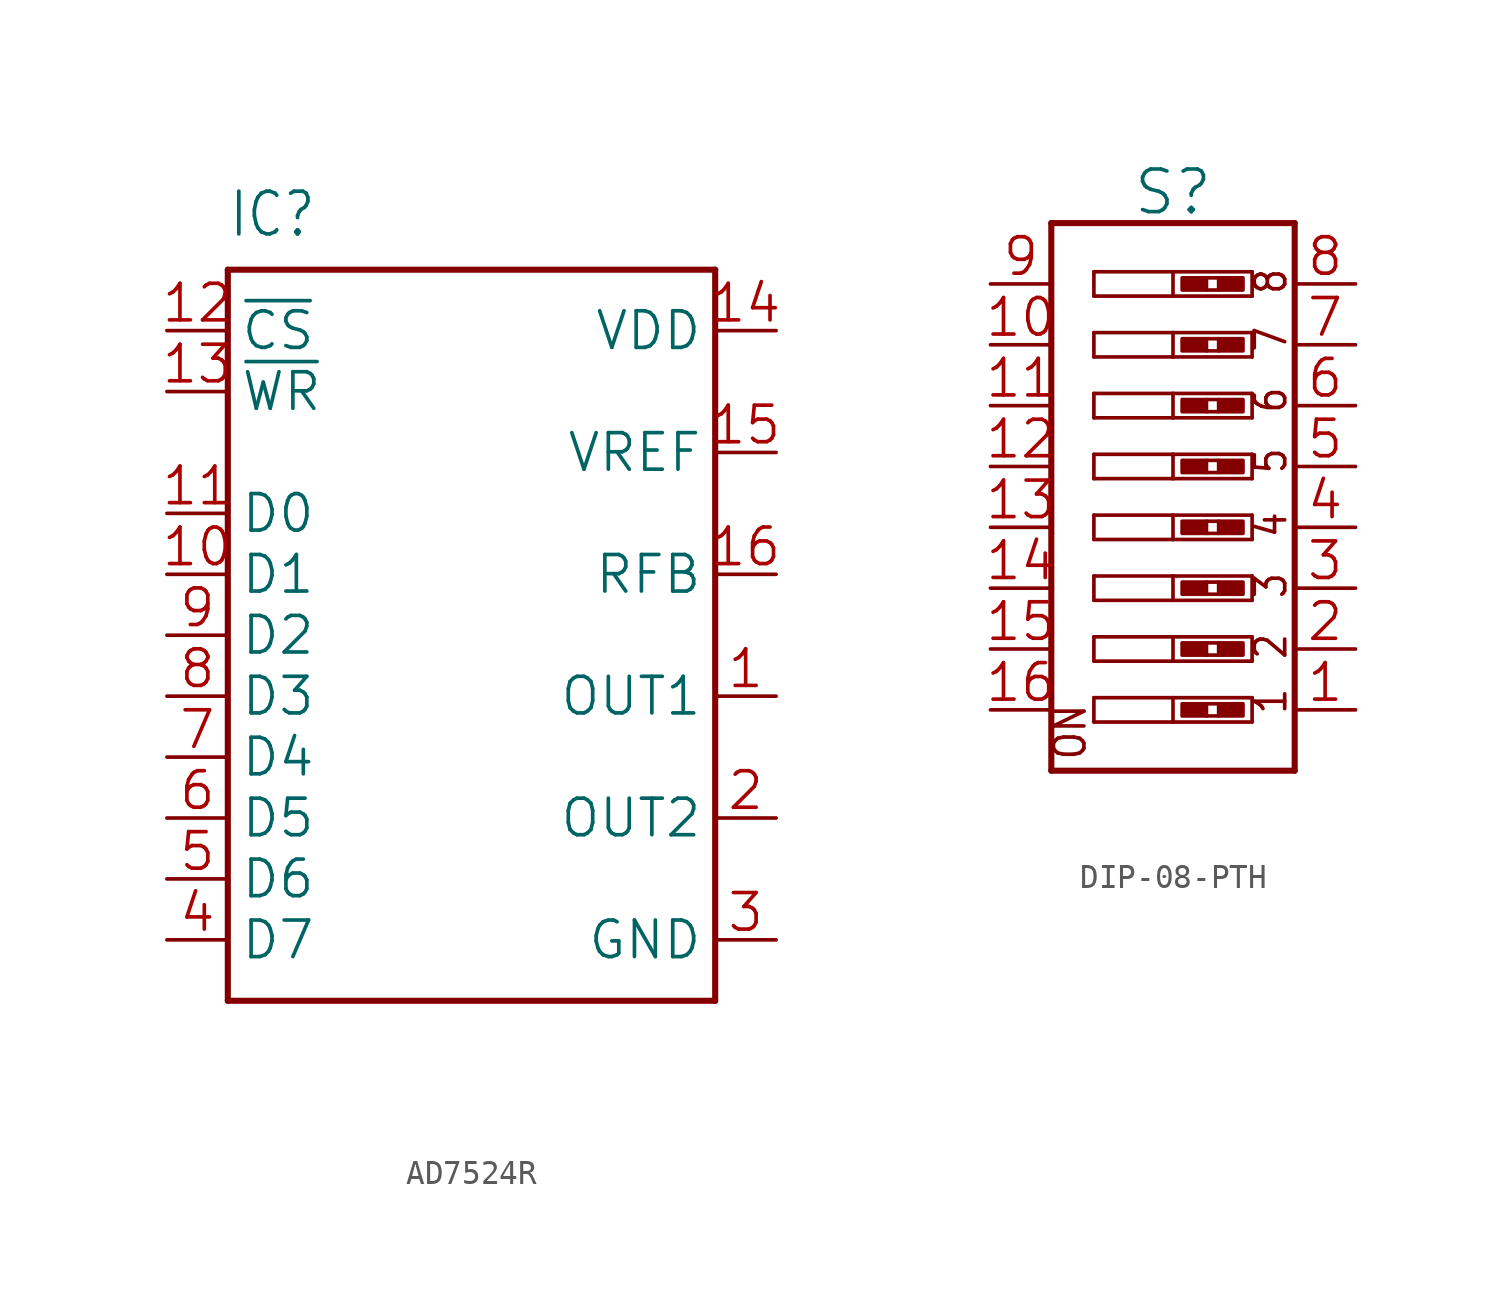
<source format=kicad_sym>
(kicad_symbol_lib
  (version 20241209)
  (generator "kicad_symbol_editor")
  (generator_version "9.0")
  (symbol "AD7524R"
    (property "Reference" "IC"
      (at -10.16 16.51 0)
      (effects (font (size 1.778 1.511)) (justify left bottom)))
    (property "Value" ""
      (at -10.16 -17.78 0)
      (effects (font (size 1.778 1.511)) (justify left bottom)))
    (property "ki_locked" ""
      (at 0 0 0)
      (effects (font (size 1.27 1.27))))
    (symbol "AD7524R_1_0"
      (polyline (pts (xy -10.16 15.24) (xy 10.16 15.24)) (stroke (width 0.254) (type solid)) (fill (type none)))
      (polyline (pts (xy -10.16 -15.24) (xy -10.16 15.24)) (stroke (width 0.254) (type solid)) (fill (type none)))
      (polyline (pts (xy 10.16 15.24) (xy 10.16 -15.24)) (stroke (width 0.254) (type solid)) (fill (type none)))
      (polyline (pts (xy 10.16 -15.24) (xy -10.16 -15.24)) (stroke (width 0.254) (type solid)) (fill (type none)))
      (pin input line (at -12.7 12.7 0) (length 2.54) (name "~{CS}" (effects (font (size 1.524 1.524)))) (number "12" (effects (font (size 1.524 1.524)))))
      (pin input line (at -12.7 10.16 0) (length 2.54) (name "~{WR}" (effects (font (size 1.524 1.524)))) (number "13" (effects (font (size 1.524 1.524)))))
      (pin input line (at -12.7 5.08 0) (length 2.54) (name "D0" (effects (font (size 1.524 1.524)))) (number "11" (effects (font (size 1.524 1.524)))))
      (pin input line (at -12.7 2.54 0) (length 2.54) (name "D1" (effects (font (size 1.524 1.524)))) (number "10" (effects (font (size 1.524 1.524)))))
      (pin input line (at -12.7 0 0) (length 2.54) (name "D2" (effects (font (size 1.524 1.524)))) (number "9" (effects (font (size 1.524 1.524)))))
      (pin input line (at -12.7 -2.54 0) (length 2.54) (name "D3" (effects (font (size 1.524 1.524)))) (number "8" (effects (font (size 1.524 1.524)))))
      (pin input line (at -12.7 -5.08 0) (length 2.54) (name "D4" (effects (font (size 1.524 1.524)))) (number "7" (effects (font (size 1.524 1.524)))))
      (pin input line (at -12.7 -7.62 0) (length 2.54) (name "D5" (effects (font (size 1.524 1.524)))) (number "6" (effects (font (size 1.524 1.524)))))
      (pin input line (at -12.7 -10.16 0) (length 2.54) (name "D6" (effects (font (size 1.524 1.524)))) (number "5" (effects (font (size 1.524 1.524)))))
      (pin input line (at -12.7 -12.7 0) (length 2.54) (name "D7" (effects (font (size 1.524 1.524)))) (number "4" (effects (font (size 1.524 1.524)))))
      (pin power_in line (at 12.7 12.7 180) (length 2.54) (name "VDD" (effects (font (size 1.524 1.524)))) (number "14" (effects (font (size 1.524 1.524)))))
      (pin input line (at 12.7 7.62 180) (length 2.54) (name "VREF" (effects (font (size 1.524 1.524)))) (number "15" (effects (font (size 1.524 1.524)))))
      (pin passive line (at 12.7 2.54 180) (length 2.54) (name "RFB" (effects (font (size 1.524 1.524)))) (number "16" (effects (font (size 1.524 1.524)))))
      (pin passive line (at 12.7 -2.54 180) (length 2.54) (name "OUT1" (effects (font (size 1.524 1.524)))) (number "1" (effects (font (size 1.524 1.524)))))
      (pin passive line (at 12.7 -7.62 180) (length 2.54) (name "OUT2" (effects (font (size 1.524 1.524)))) (number "2" (effects (font (size 1.524 1.524)))))
      (pin power_in line (at 12.7 -12.7 180) (length 2.54) (name "GND" (effects (font (size 1.524 1.524)))) (number "3" (effects (font (size 1.524 1.524)))))))
  (symbol "DIP-08-PTH"
    (property "Reference" "S"
      (at 0 10.414 0)
      (effects (font (size 1.778 1.778)) (justify bottom)))
    (property "Value" ""
      (at 0 -12.954 0)
      (effects (font (size 1.778 1.778)) (justify top)))
    (property "ki_locked" ""
      (at 0 0 0)
      (effects (font (size 1.27 1.27))))
    (symbol "DIP-08-PTH_1_0"
      (polyline (pts (xy -5.08 10.16) (xy -5.08 -12.7)) (stroke (width 0.254) (type solid)) (fill (type none)))
      (polyline (pts (xy -5.08 -12.7) (xy 5.08 -12.7)) (stroke (width 0.254) (type solid)) (fill (type none)))
      (polyline (pts (xy -3.302 8.128) (xy 0 8.128)) (stroke (width 0.152) (type solid)) (fill (type none)))
      (polyline (pts (xy -3.302 7.112) (xy -3.302 8.128)) (stroke (width 0.152) (type solid)) (fill (type none)))
      (polyline (pts (xy -3.302 5.588) (xy 0 5.588)) (stroke (width 0.152) (type solid)) (fill (type none)))
      (polyline (pts (xy -3.302 4.572) (xy -3.302 5.588)) (stroke (width 0.152) (type solid)) (fill (type none)))
      (polyline (pts (xy -3.302 3.048) (xy 0 3.048)) (stroke (width 0.152) (type solid)) (fill (type none)))
      (polyline (pts (xy -3.302 2.032) (xy -3.302 3.048)) (stroke (width 0.152) (type solid)) (fill (type none)))
      (polyline (pts (xy -3.302 0.508) (xy 0 0.508)) (stroke (width 0.152) (type solid)) (fill (type none)))
      (polyline (pts (xy -3.302 -0.508) (xy -3.302 0.508)) (stroke (width 0.152) (type solid)) (fill (type none)))
      (polyline (pts (xy -3.302 -2.032) (xy 0 -2.032)) (stroke (width 0.152) (type solid)) (fill (type none)))
      (polyline (pts (xy -3.302 -3.048) (xy -3.302 -2.032)) (stroke (width 0.152) (type solid)) (fill (type none)))
      (polyline (pts (xy -3.302 -4.572) (xy 0 -4.572)) (stroke (width 0.152) (type solid)) (fill (type none)))
      (polyline (pts (xy -3.302 -5.588) (xy -3.302 -4.572)) (stroke (width 0.152) (type solid)) (fill (type none)))
      (polyline (pts (xy -3.302 -7.112) (xy 0 -7.112)) (stroke (width 0.152) (type solid)) (fill (type none)))
      (polyline (pts (xy -3.302 -8.128) (xy -3.302 -7.112)) (stroke (width 0.152) (type solid)) (fill (type none)))
      (polyline (pts (xy -3.302 -9.652) (xy 0 -9.652)) (stroke (width 0.152) (type solid)) (fill (type none)))
      (polyline (pts (xy -3.302 -10.668) (xy -3.302 -9.652)) (stroke (width 0.152) (type solid)) (fill (type none)))
      (polyline (pts (xy 0 8.128) (xy 0 7.112)) (stroke (width 0.152) (type solid)) (fill (type none)))
      (polyline (pts (xy 0 8.128) (xy 3.302 8.128)) (stroke (width 0.152) (type solid)) (fill (type none)))
      (polyline (pts (xy 0 7.112) (xy -3.302 7.112)) (stroke (width 0.152) (type solid)) (fill (type none)))
      (polyline (pts (xy 0 5.588) (xy 0 4.572)) (stroke (width 0.152) (type solid)) (fill (type none)))
      (polyline (pts (xy 0 5.588) (xy 3.302 5.588)) (stroke (width 0.152) (type solid)) (fill (type none)))
      (polyline (pts (xy 0 4.572) (xy -3.302 4.572)) (stroke (width 0.152) (type solid)) (fill (type none)))
      (polyline (pts (xy 0 3.048) (xy 0 2.032)) (stroke (width 0.152) (type solid)) (fill (type none)))
      (polyline (pts (xy 0 3.048) (xy 3.302 3.048)) (stroke (width 0.152) (type solid)) (fill (type none)))
      (polyline (pts (xy 0 2.032) (xy -3.302 2.032)) (stroke (width 0.152) (type solid)) (fill (type none)))
      (polyline (pts (xy 0 0.508) (xy 0 -0.508)) (stroke (width 0.152) (type solid)) (fill (type none)))
      (polyline (pts (xy 0 0.508) (xy 3.302 0.508)) (stroke (width 0.152) (type solid)) (fill (type none)))
      (polyline (pts (xy 0 -0.508) (xy -3.302 -0.508)) (stroke (width 0.152) (type solid)) (fill (type none)))
      (polyline (pts (xy 0 -2.032) (xy 0 -3.048)) (stroke (width 0.152) (type solid)) (fill (type none)))
      (polyline (pts (xy 0 -2.032) (xy 3.302 -2.032)) (stroke (width 0.152) (type solid)) (fill (type none)))
      (polyline (pts (xy 0 -3.048) (xy -3.302 -3.048)) (stroke (width 0.152) (type solid)) (fill (type none)))
      (polyline (pts (xy 0 -4.572) (xy 0 -5.588)) (stroke (width 0.152) (type solid)) (fill (type none)))
      (polyline (pts (xy 0 -4.572) (xy 3.302 -4.572)) (stroke (width 0.152) (type solid)) (fill (type none)))
      (polyline (pts (xy 0 -5.588) (xy -3.302 -5.588)) (stroke (width 0.152) (type solid)) (fill (type none)))
      (polyline (pts (xy 0 -7.112) (xy 0 -8.128)) (stroke (width 0.152) (type solid)) (fill (type none)))
      (polyline (pts (xy 0 -7.112) (xy 3.302 -7.112)) (stroke (width 0.152) (type solid)) (fill (type none)))
      (polyline (pts (xy 0 -8.128) (xy -3.302 -8.128)) (stroke (width 0.152) (type solid)) (fill (type none)))
      (polyline (pts (xy 0 -9.652) (xy 0 -10.668)) (stroke (width 0.152) (type solid)) (fill (type none)))
      (polyline (pts (xy 0 -9.652) (xy 3.302 -9.652)) (stroke (width 0.152) (type solid)) (fill (type none)))
      (polyline (pts (xy 0 -10.668) (xy -3.302 -10.668)) (stroke (width 0.152) (type solid)) (fill (type none)))
      (rectangle (start 0.381 7.366) (end 1.397 7.874) (stroke (width 0) (type default)) (fill (type outline)))
      (rectangle (start 0.381 4.826) (end 1.397 5.334) (stroke (width 0) (type default)) (fill (type outline)))
      (rectangle (start 0.381 2.286) (end 1.397 2.794) (stroke (width 0) (type default)) (fill (type outline)))
      (rectangle (start 0.381 -0.254) (end 1.397 0.254) (stroke (width 0) (type default)) (fill (type outline)))
      (rectangle (start 0.381 -2.794) (end 1.397 -2.286) (stroke (width 0) (type default)) (fill (type outline)))
      (rectangle (start 0.381 -5.334) (end 1.397 -4.826) (stroke (width 0) (type default)) (fill (type outline)))
      (rectangle (start 0.381 -7.874) (end 1.397 -7.366) (stroke (width 0) (type default)) (fill (type outline)))
      (rectangle (start 0.381 -10.414) (end 1.397 -9.906) (stroke (width 0) (type default)) (fill (type outline)))
      (polyline (pts (xy 1.397 7.874) (xy 1.905 7.874)) (stroke (width 0) (type solid)) (fill (type none)))
      (polyline (pts (xy 1.397 7.366) (xy 1.905 7.366)) (stroke (width 0) (type solid)) (fill (type none)))
      (polyline (pts (xy 1.397 5.334) (xy 1.905 5.334)) (stroke (width 0) (type solid)) (fill (type none)))
      (polyline (pts (xy 1.397 4.826) (xy 1.905 4.826)) (stroke (width 0) (type solid)) (fill (type none)))
      (polyline (pts (xy 1.397 2.794) (xy 1.905 2.794)) (stroke (width 0) (type solid)) (fill (type none)))
      (polyline (pts (xy 1.397 2.286) (xy 1.905 2.286)) (stroke (width 0) (type solid)) (fill (type none)))
      (polyline (pts (xy 1.397 0.254) (xy 1.905 0.254)) (stroke (width 0) (type solid)) (fill (type none)))
      (polyline (pts (xy 1.397 -0.254) (xy 1.905 -0.254)) (stroke (width 0) (type solid)) (fill (type none)))
      (polyline (pts (xy 1.397 -2.286) (xy 1.905 -2.286)) (stroke (width 0) (type solid)) (fill (type none)))
      (polyline (pts (xy 1.397 -2.794) (xy 1.905 -2.794)) (stroke (width 0) (type solid)) (fill (type none)))
      (polyline (pts (xy 1.397 -4.826) (xy 1.905 -4.826)) (stroke (width 0) (type solid)) (fill (type none)))
      (polyline (pts (xy 1.397 -5.334) (xy 1.905 -5.334)) (stroke (width 0) (type solid)) (fill (type none)))
      (polyline (pts (xy 1.397 -7.366) (xy 1.905 -7.366)) (stroke (width 0) (type solid)) (fill (type none)))
      (polyline (pts (xy 1.397 -7.874) (xy 1.905 -7.874)) (stroke (width 0) (type solid)) (fill (type none)))
      (polyline (pts (xy 1.397 -9.906) (xy 1.905 -9.906)) (stroke (width 0) (type solid)) (fill (type none)))
      (polyline (pts (xy 1.397 -10.414) (xy 1.905 -10.414)) (stroke (width 0) (type solid)) (fill (type none)))
      (rectangle (start 1.905 7.366) (end 2.921 7.874) (stroke (width 0) (type default)) (fill (type outline)))
      (rectangle (start 1.905 4.826) (end 2.921 5.334) (stroke (width 0) (type default)) (fill (type outline)))
      (rectangle (start 1.905 2.286) (end 2.921 2.794) (stroke (width 0) (type default)) (fill (type outline)))
      (rectangle (start 1.905 -0.254) (end 2.921 0.254) (stroke (width 0) (type default)) (fill (type outline)))
      (rectangle (start 1.905 -2.794) (end 2.921 -2.286) (stroke (width 0) (type default)) (fill (type outline)))
      (rectangle (start 1.905 -5.334) (end 2.921 -4.826) (stroke (width 0) (type default)) (fill (type outline)))
      (rectangle (start 1.905 -7.874) (end 2.921 -7.366) (stroke (width 0) (type default)) (fill (type outline)))
      (rectangle (start 1.905 -10.414) (end 2.921 -9.906) (stroke (width 0) (type default)) (fill (type outline)))
      (polyline (pts (xy 3.302 8.128) (xy 3.302 7.112)) (stroke (width 0.152) (type solid)) (fill (type none)))
      (polyline (pts (xy 3.302 7.112) (xy 0 7.112)) (stroke (width 0.152) (type solid)) (fill (type none)))
      (polyline (pts (xy 3.302 5.588) (xy 3.302 4.572)) (stroke (width 0.152) (type solid)) (fill (type none)))
      (polyline (pts (xy 3.302 4.572) (xy 0 4.572)) (stroke (width 0.152) (type solid)) (fill (type none)))
      (polyline (pts (xy 3.302 3.048) (xy 3.302 2.032)) (stroke (width 0.152) (type solid)) (fill (type none)))
      (polyline (pts (xy 3.302 2.032) (xy 0 2.032)) (stroke (width 0.152) (type solid)) (fill (type none)))
      (polyline (pts (xy 3.302 0.508) (xy 3.302 -0.508)) (stroke (width 0.152) (type solid)) (fill (type none)))
      (polyline (pts (xy 3.302 -0.508) (xy 0 -0.508)) (stroke (width 0.152) (type solid)) (fill (type none)))
      (polyline (pts (xy 3.302 -2.032) (xy 3.302 -3.048)) (stroke (width 0.152) (type solid)) (fill (type none)))
      (polyline (pts (xy 3.302 -3.048) (xy 0 -3.048)) (stroke (width 0.152) (type solid)) (fill (type none)))
      (polyline (pts (xy 3.302 -4.572) (xy 3.302 -5.588)) (stroke (width 0.152) (type solid)) (fill (type none)))
      (polyline (pts (xy 3.302 -5.588) (xy 0 -5.588)) (stroke (width 0.152) (type solid)) (fill (type none)))
      (polyline (pts (xy 3.302 -7.112) (xy 3.302 -8.128)) (stroke (width 0.152) (type solid)) (fill (type none)))
      (polyline (pts (xy 3.302 -8.128) (xy 0 -8.128)) (stroke (width 0.152) (type solid)) (fill (type none)))
      (polyline (pts (xy 3.302 -9.652) (xy 3.302 -10.668)) (stroke (width 0.152) (type solid)) (fill (type none)))
      (polyline (pts (xy 3.302 -10.668) (xy 0 -10.668)) (stroke (width 0.152) (type solid)) (fill (type none)))
      (polyline (pts (xy 5.08 10.16) (xy -5.08 10.16)) (stroke (width 0.254) (type solid)) (fill (type none)))
      (polyline (pts (xy 5.08 -12.7) (xy 5.08 10.16)) (stroke (width 0.254) (type solid)) (fill (type none)))
      (text "ON" (at -3.556 -12.319 900) (effects (font (size 1.27 1.079)) (justify left bottom)))
      (text "8" (at 4.826 7.112 900) (effects (font (size 1.27 1.079)) (justify left bottom)))
      (text "7" (at 4.826 4.699 900) (effects (font (size 1.27 1.079)) (justify left bottom)))
      (text "6" (at 4.826 2.159 900) (effects (font (size 1.27 1.079)) (justify left bottom)))
      (text "5" (at 4.826 -0.381 900) (effects (font (size 1.27 1.079)) (justify left bottom)))
      (text "4" (at 4.826 -3.048 900) (effects (font (size 1.27 1.079)) (justify left bottom)))
      (text "3" (at 4.826 -5.588 900) (effects (font (size 1.27 1.079)) (justify left bottom)))
      (text "2" (at 4.826 -8.128 900) (effects (font (size 1.27 1.079)) (justify left bottom)))
      (text "1" (at 4.826 -10.414 900) (effects (font (size 1.27 1.079)) (justify left bottom)))
      (pin passive line (at -7.62 7.62 0) (length 2.54) (name "9" (effects (font (size 0 0)))) (number "9" (effects (font (size 1.524 1.524)))))
      (pin passive line (at -7.62 5.08 0) (length 2.54) (name "10" (effects (font (size 0 0)))) (number "10" (effects (font (size 1.524 1.524)))))
      (pin passive line (at -7.62 2.54 0) (length 2.54) (name "11" (effects (font (size 0 0)))) (number "11" (effects (font (size 1.524 1.524)))))
      (pin passive line (at -7.62 0 0) (length 2.54) (name "12" (effects (font (size 0 0)))) (number "12" (effects (font (size 1.524 1.524)))))
      (pin passive line (at -7.62 -2.54 0) (length 2.54) (name "13" (effects (font (size 0 0)))) (number "13" (effects (font (size 1.524 1.524)))))
      (pin passive line (at -7.62 -5.08 0) (length 2.54) (name "14" (effects (font (size 0 0)))) (number "14" (effects (font (size 1.524 1.524)))))
      (pin passive line (at -7.62 -7.62 0) (length 2.54) (name "15" (effects (font (size 0 0)))) (number "15" (effects (font (size 1.524 1.524)))))
      (pin passive line (at -7.62 -10.16 0) (length 2.54) (name "16" (effects (font (size 0 0)))) (number "16" (effects (font (size 1.524 1.524)))))
      (pin passive line (at 7.62 7.62 180) (length 2.54) (name "8" (effects (font (size 0 0)))) (number "8" (effects (font (size 1.524 1.524)))))
      (pin passive line (at 7.62 5.08 180) (length 2.54) (name "7" (effects (font (size 0 0)))) (number "7" (effects (font (size 1.524 1.524)))))
      (pin passive line (at 7.62 2.54 180) (length 2.54) (name "6" (effects (font (size 0 0)))) (number "6" (effects (font (size 1.524 1.524)))))
      (pin passive line (at 7.62 0 180) (length 2.54) (name "5" (effects (font (size 0 0)))) (number "5" (effects (font (size 1.524 1.524)))))
      (pin passive line (at 7.62 -2.54 180) (length 2.54) (name "4" (effects (font (size 0 0)))) (number "4" (effects (font (size 1.524 1.524)))))
      (pin passive line (at 7.62 -5.08 180) (length 2.54) (name "3" (effects (font (size 0 0)))) (number "3" (effects (font (size 1.524 1.524)))))
      (pin passive line (at 7.62 -7.62 180) (length 2.54) (name "2" (effects (font (size 0 0)))) (number "2" (effects (font (size 1.524 1.524)))))
      (pin passive line (at 7.62 -10.16 180) (length 2.54) (name "1" (effects (font (size 0 0)))) (number "1" (effects (font (size 1.524 1.524))))))))
</source>
